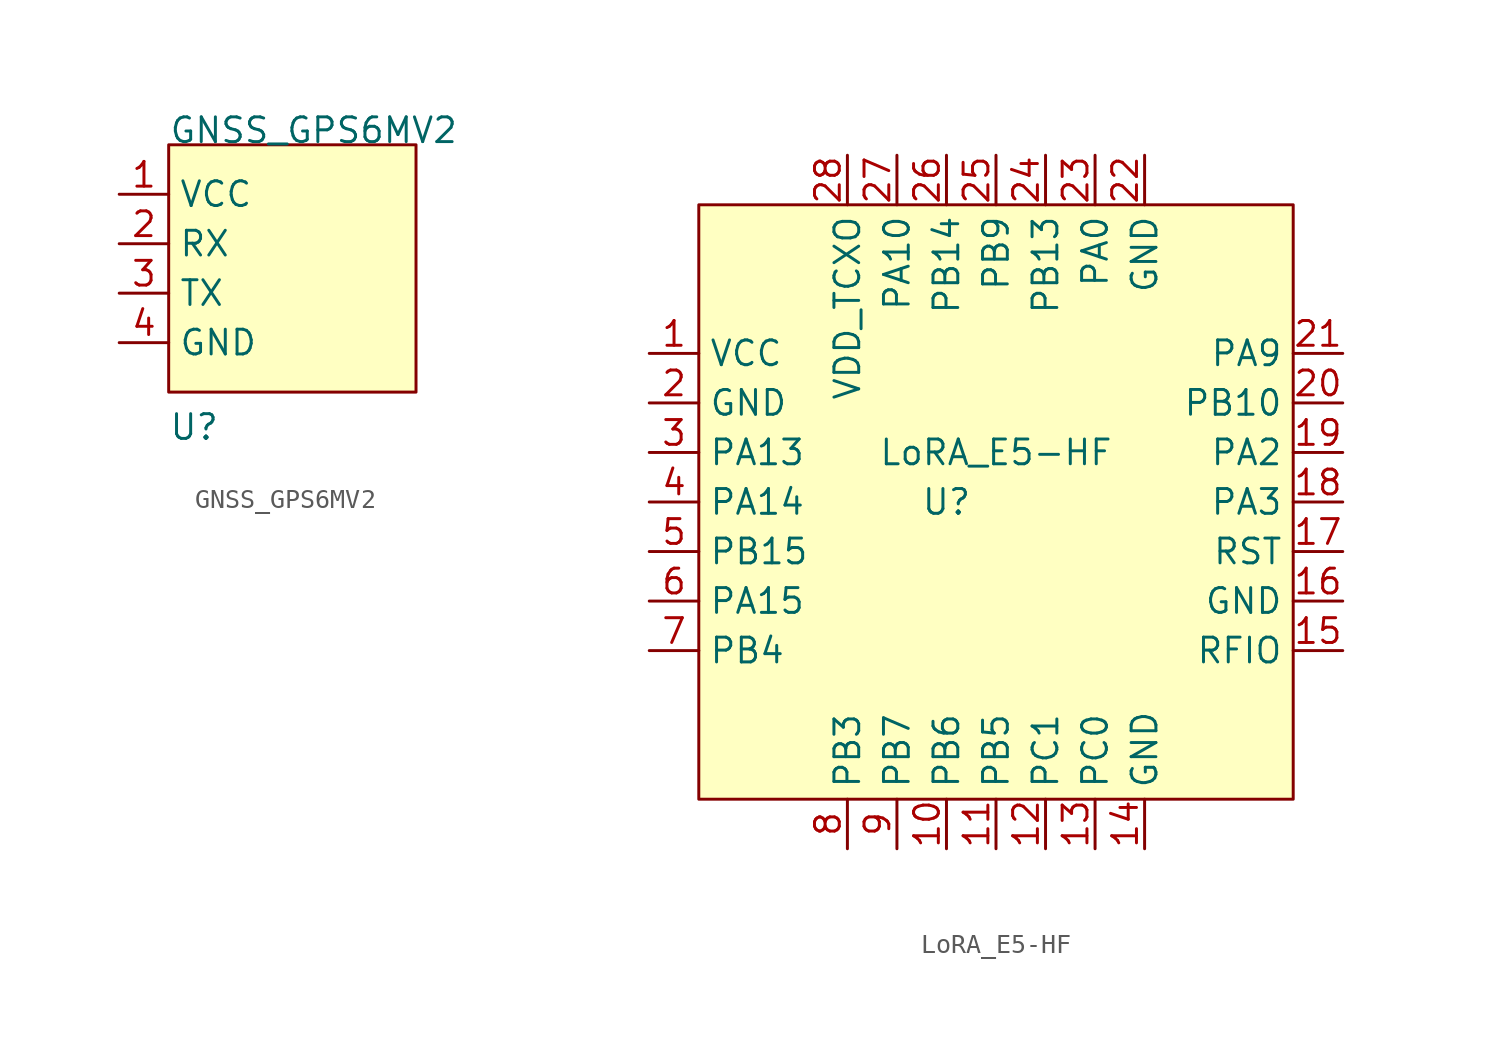
<source format=kicad_sym>
(kicad_symbol_lib
  (version 20211014)
  (generator kicad_symbol_editor)
  (symbol "GNSS_GPS6MV2"
    (property "Reference" "U"
      (at 0 -15.24 0)
      (effects (font (size 1.27 1.27)) (justify left bottom)))
    (property "Value" "GNSS_GPS6MV2"
      (at 0 0 0)
      (effects (font (size 1.27 1.27)) (justify left bottom)))
    (symbol "GNSS_GPS6MV2_0_1"
      (rectangle (start 0 0) (end 12.7 -12.7) (stroke (width 0) (type default) (color 0 0 0 0)) (fill (type background))))
    (symbol "GNSS_GPS6MV2_1_1"
      (pin power_in line (at -2.54 -2.54 0) (length 2.54) (name "VCC" (effects (font (size 1.27 1.27)))) (number "1" (effects (font (size 1.27 1.27)))))
      (pin input line (at -2.54 -5.08 0) (length 2.54) (name "RX" (effects (font (size 1.27 1.27)))) (number "2" (effects (font (size 1.27 1.27)))))
      (pin output line (at -2.54 -7.62 0) (length 2.54) (name "TX" (effects (font (size 1.27 1.27)))) (number "3" (effects (font (size 1.27 1.27)))))
      (pin power_in line (at -2.54 -10.16 0) (length 2.54) (name "GND" (effects (font (size 1.27 1.27)))) (number "4" (effects (font (size 1.27 1.27)))))))
  (symbol "LoRA_E5-HF"
    (property "Reference" "U"
      (at 12.7 -15.24 0)
      (effects (font (size 1.27 1.27))))
    (property "Value" "LoRA_E5-HF"
      (at 15.24 -12.7 0)
      (effects (font (size 1.27 1.27))))
    (symbol "LoRA_E5-HF_0_1"
      (rectangle (start 0 0) (end 30.48 -30.48) (stroke (width 0) (type default) (color 0 0 0 0)) (fill (type background))))
    (symbol "LoRA_E5-HF_1_1"
      (pin power_in line (at -2.54 -7.62 0) (length 2.54) (name "VCC" (effects (font (size 1.27 1.27)))) (number "1" (effects (font (size 1.27 1.27)))))
      (pin bidirectional line (at 12.7 -33.02 90) (length 2.54) (name "PB6" (effects (font (size 1.27 1.27)))) (number "10" (effects (font (size 1.27 1.27)))))
      (pin bidirectional line (at 15.24 -33.02 90) (length 2.54) (name "PB5" (effects (font (size 1.27 1.27)))) (number "11" (effects (font (size 1.27 1.27)))))
      (pin bidirectional line (at 17.78 -33.02 90) (length 2.54) (name "PC1" (effects (font (size 1.27 1.27)))) (number "12" (effects (font (size 1.27 1.27)))))
      (pin bidirectional line (at 20.32 -33.02 90) (length 2.54) (name "PC0" (effects (font (size 1.27 1.27)))) (number "13" (effects (font (size 1.27 1.27)))))
      (pin power_in line (at 22.86 -33.02 90) (length 2.54) (name "GND" (effects (font (size 1.27 1.27)))) (number "14" (effects (font (size 1.27 1.27)))))
      (pin bidirectional line (at 33.02 -22.86 180) (length 2.54) (name "RFIO" (effects (font (size 1.27 1.27)))) (number "15" (effects (font (size 1.27 1.27)))))
      (pin power_in line (at 33.02 -20.32 180) (length 2.54) (name "GND" (effects (font (size 1.27 1.27)))) (number "16" (effects (font (size 1.27 1.27)))))
      (pin input line (at 33.02 -17.78 180) (length 2.54) (name "RST" (effects (font (size 1.27 1.27)))) (number "17" (effects (font (size 1.27 1.27)))))
      (pin bidirectional line (at 33.02 -15.24 180) (length 2.54) (name "PA3" (effects (font (size 1.27 1.27)))) (number "18" (effects (font (size 1.27 1.27)))))
      (pin bidirectional line (at 33.02 -12.7 180) (length 2.54) (name "PA2" (effects (font (size 1.27 1.27)))) (number "19" (effects (font (size 1.27 1.27)))))
      (pin power_in line (at -2.54 -10.16 0) (length 2.54) (name "GND" (effects (font (size 1.27 1.27)))) (number "2" (effects (font (size 1.27 1.27)))))
      (pin bidirectional line (at 33.02 -10.16 180) (length 2.54) (name "PB10" (effects (font (size 1.27 1.27)))) (number "20" (effects (font (size 1.27 1.27)))))
      (pin bidirectional line (at 33.02 -7.62 180) (length 2.54) (name "PA9" (effects (font (size 1.27 1.27)))) (number "21" (effects (font (size 1.27 1.27)))))
      (pin power_in line (at 22.86 2.54 270) (length 2.54) (name "GND" (effects (font (size 1.27 1.27)))) (number "22" (effects (font (size 1.27 1.27)))))
      (pin bidirectional line (at 20.32 2.54 270) (length 2.54) (name "PA0" (effects (font (size 1.27 1.27)))) (number "23" (effects (font (size 1.27 1.27)))))
      (pin bidirectional line (at 17.78 2.54 270) (length 2.54) (name "PB13" (effects (font (size 1.27 1.27)))) (number "24" (effects (font (size 1.27 1.27)))))
      (pin bidirectional line (at 15.24 2.54 270) (length 2.54) (name "PB9" (effects (font (size 1.27 1.27)))) (number "25" (effects (font (size 1.27 1.27)))))
      (pin bidirectional line (at 12.7 2.54 270) (length 2.54) (name "PB14" (effects (font (size 1.27 1.27)))) (number "26" (effects (font (size 1.27 1.27)))))
      (pin bidirectional line (at 10.16 2.54 270) (length 2.54) (name "PA10" (effects (font (size 1.27 1.27)))) (number "27" (effects (font (size 1.27 1.27)))))
      (pin power_out line (at 7.62 2.54 270) (length 2.54) (name "VDD_TCXO" (effects (font (size 1.27 1.27)))) (number "28" (effects (font (size 1.27 1.27)))))
      (pin bidirectional line (at -2.54 -12.7 0) (length 2.54) (name "PA13" (effects (font (size 1.27 1.27)))) (number "3" (effects (font (size 1.27 1.27)))))
      (pin bidirectional line (at -2.54 -15.24 0) (length 2.54) (name "PA14" (effects (font (size 1.27 1.27)))) (number "4" (effects (font (size 1.27 1.27)))))
      (pin bidirectional line (at -2.54 -17.78 0) (length 2.54) (name "PB15" (effects (font (size 1.27 1.27)))) (number "5" (effects (font (size 1.27 1.27)))))
      (pin bidirectional line (at -2.54 -20.32 0) (length 2.54) (name "PA15" (effects (font (size 1.27 1.27)))) (number "6" (effects (font (size 1.27 1.27)))))
      (pin bidirectional line (at -2.54 -22.86 0) (length 2.54) (name "PB4" (effects (font (size 1.27 1.27)))) (number "7" (effects (font (size 1.27 1.27)))))
      (pin bidirectional line (at 7.62 -33.02 90) (length 2.54) (name "PB3" (effects (font (size 1.27 1.27)))) (number "8" (effects (font (size 1.27 1.27)))))
      (pin bidirectional line (at 10.16 -33.02 90) (length 2.54) (name "PB7" (effects (font (size 1.27 1.27)))) (number "9" (effects (font (size 1.27 1.27))))))))
</source>
